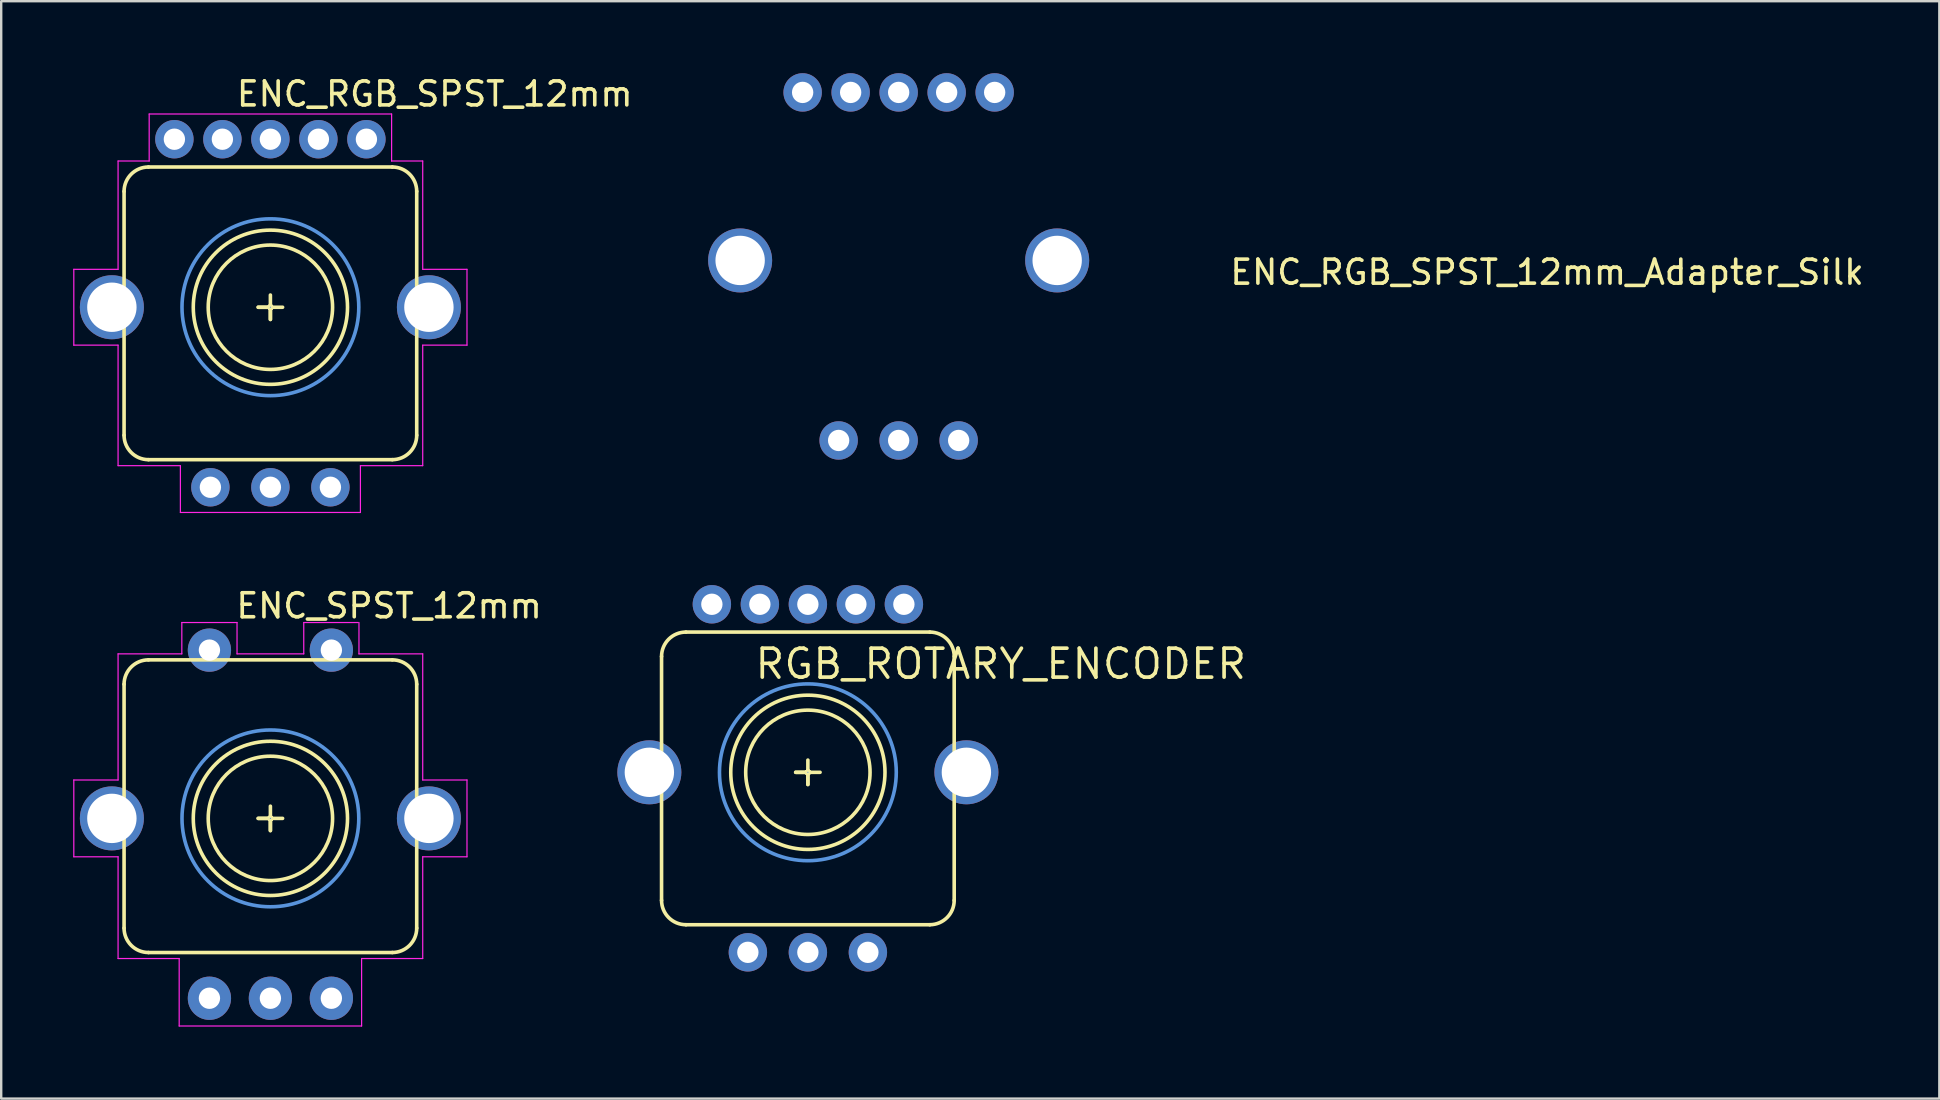
<source format=kicad_pcb>
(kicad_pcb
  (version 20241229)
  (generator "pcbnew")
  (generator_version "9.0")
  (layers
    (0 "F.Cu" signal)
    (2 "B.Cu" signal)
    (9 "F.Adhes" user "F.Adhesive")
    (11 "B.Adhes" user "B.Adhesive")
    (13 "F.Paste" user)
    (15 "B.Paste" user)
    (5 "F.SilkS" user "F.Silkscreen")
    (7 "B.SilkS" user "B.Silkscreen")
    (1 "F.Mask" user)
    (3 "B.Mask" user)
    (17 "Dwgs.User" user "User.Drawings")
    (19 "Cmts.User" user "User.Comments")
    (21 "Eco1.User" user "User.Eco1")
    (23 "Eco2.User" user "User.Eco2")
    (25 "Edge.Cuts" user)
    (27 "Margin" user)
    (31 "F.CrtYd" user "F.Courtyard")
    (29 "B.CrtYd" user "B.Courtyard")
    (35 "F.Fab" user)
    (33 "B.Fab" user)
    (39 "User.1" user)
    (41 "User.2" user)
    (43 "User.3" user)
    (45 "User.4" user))
  (footprint "RGB_ROTARY_ENCODER"
    (layer "F.Cu")
    (at 30.607 29.125)
    (property "Reference" "RGB_ROTARY_ENCODER" (at -2.286 -3.81 0) (layer "F.SilkS") (effects (font (size 1.206 1.206) (thickness 0.152)) (justify left bottom)))
    (attr through_hole)
    (fp_line (start -6.096 5.334) (end -6.096 -4.826) (stroke (width 0.15) (type solid)) (layer "F.SilkS"))
    (fp_line (start -5.08 -5.842) (end 5.08 -5.842) (stroke (width 0.15) (type solid)) (layer "F.SilkS"))
    (fp_line (start -0.508 0) (end 0 0) (stroke (width 0.15) (type solid)) (layer "F.SilkS"))
    (fp_line (start 0 -0.508) (end 0 0.508) (stroke (width 0.15) (type solid)) (layer "F.SilkS"))
    (fp_line (start 0 0) (end -0.508 0) (stroke (width 0.15) (type solid)) (layer "F.SilkS"))
    (fp_line (start 0 0) (end 0 0) (stroke (width 0.127) (type solid)) (layer "F.SilkS"))
    (fp_line (start 0 0) (end 0 0) (stroke (width 0.127) (type solid)) (layer "F.SilkS"))
    (fp_line (start 0 0) (end 0 0) (stroke (width 0.127) (type solid)) (layer "F.SilkS"))
    (fp_line (start 0 0) (end 0 0) (stroke (width 0.127) (type solid)) (layer "F.SilkS"))
    (fp_line (start 0 0) (end 0.508 0) (stroke (width 0.15) (type solid)) (layer "F.SilkS"))
    (fp_line (start 0 0.508) (end 0 0) (stroke (width 0.15) (type solid)) (layer "F.SilkS"))
    (fp_line (start 5.08 6.35) (end -5.08 6.35) (stroke (width 0.15) (type solid)) (layer "F.SilkS"))
    (fp_line (start 6.096 -4.826) (end 6.096 5.334) (stroke (width 0.15) (type solid)) (layer "F.SilkS"))
    (fp_arc (start -6.096 -4.826) (mid -5.79842 -5.54442) (end -5.08 -5.842) (stroke (width 0.15) (type solid)) (layer "F.SilkS"))
    (fp_arc (start -5.08 6.35) (mid -5.79842 6.05242) (end -6.096 5.334) (stroke (width 0.15) (type solid)) (layer "F.SilkS"))
    (fp_arc (start 0 0) (mid 0 0) (end 0 0) (stroke (width 0.127) (type solid)) (layer "F.SilkS"))
    (fp_arc (start 0 0) (mid 0 0) (end 0 0) (stroke (width 0.127) (type solid)) (layer "F.SilkS"))
    (fp_arc (start 0 0) (mid 0 0) (end 0 0) (stroke (width 0.127) (type solid)) (layer "F.SilkS"))
    (fp_arc (start 0 0) (mid 0 0) (end 0 0) (stroke (width 0.127) (type solid)) (layer "F.SilkS"))
    (fp_arc (start 5.08 -5.842) (mid 5.79842 -5.54442) (end 6.096 -4.826) (stroke (width 0.15) (type solid)) (layer "F.SilkS"))
    (fp_arc (start 6.096 5.334) (mid 5.79842 6.05242) (end 5.08 6.35) (stroke (width 0.15) (type solid)) (layer "F.SilkS"))
    (fp_circle (center 0 0) (end 0 0) (stroke (width 0.127) (type solid)) (fill no) (layer "F.SilkS"))
    (fp_circle (center 0 0) (end 0 0) (stroke (width 0.127) (type solid)) (fill no) (layer "F.SilkS"))
    (fp_circle (center 0 0) (end 0.508 2.54) (stroke (width 0.15) (type solid)) (fill no) (layer "F.SilkS"))
    (fp_circle (center 0 0) (end 1.016 3.048) (stroke (width 0.15) (type solid)) (fill no) (layer "F.SilkS"))
    (fp_circle (center 0 0) (end 0 0) (stroke (width 0.025) (type solid)) (fill no) (layer "Cmts.User"))
    (fp_circle (center 0 0) (end 3.683 0) (stroke (width 0.15) (type solid)) (fill no) (layer "Cmts.User"))
    (pad "1" thru_hole circle (at -2.5 7.5 90) (size 1.6 1.6) (drill 0.889) (layers "*.Cu" "*.Mask"))
    (pad "2" thru_hole circle (at 0 7.5 90) (size 1.6 1.6) (drill 0.889) (layers "*.Cu" "*.Mask"))
    (pad "3" thru_hole circle (at 2.5 7.5 90) (size 1.6 1.6) (drill 0.889) (layers "*.Cu" "*.Mask"))
    (pad "4" thru_hole circle (at -4 -7 90) (size 1.6 1.6) (drill 0.889) (layers "*.Cu" "*.Mask"))
    (pad "5" thru_hole circle (at -2 -7 90) (size 1.6 1.6) (drill 0.889) (layers "*.Cu" "*.Mask"))
    (pad "6" thru_hole circle (at 0 -7 90) (size 1.6 1.6) (drill 0.889) (layers "*.Cu" "*.Mask"))
    (pad "7" thru_hole circle (at 2 -7 90) (size 1.6 1.6) (drill 0.889) (layers "*.Cu" "*.Mask"))
    (pad "8" thru_hole circle (at 4 -7 90) (size 1.6 1.6) (drill 0.889) (layers "*.Cu" "*.Mask"))
    (pad "NC" thru_hole circle (at -6.604 0) (size 2.667 2.667) (drill 2.057) (layers "*.Cu" "*.Mask"))
    (pad "NC" thru_hole circle (at 6.604 0) (size 2.667 2.667) (drill 2.057) (layers "*.Cu" "*.Mask")))
  (footprint "ENC_SPST_12mm"
    (layer "F.Cu")
    (at 8.215 31.045)
    (property "Reference" "ENC_SPST_12mm" (at -1.51 -8.27 0) (layer "F.SilkS") (effects (font (size 1 1) (thickness 0.15)) (justify left bottom)))
    (attr through_hole)
    (fp_line (start -6.096 4.572) (end -6.096 -5.588) (stroke (width 0.15) (type solid)) (layer "F.SilkS"))
    (fp_line (start -5.08 -6.604) (end 5.08 -6.604) (stroke (width 0.15) (type solid)) (layer "F.SilkS"))
    (fp_line (start -0.508 0) (end 0 0) (stroke (width 0.15) (type solid)) (layer "F.SilkS"))
    (fp_line (start 0 -0.508) (end 0 0.508) (stroke (width 0.15) (type solid)) (layer "F.SilkS"))
    (fp_line (start 0 0) (end -0.508 0) (stroke (width 0.15) (type solid)) (layer "F.SilkS"))
    (fp_line (start 0 0) (end 0 0) (stroke (width 0.127) (type solid)) (layer "F.SilkS"))
    (fp_line (start 0 0) (end 0 0) (stroke (width 0.127) (type solid)) (layer "F.SilkS"))
    (fp_line (start 0 0) (end 0 0) (stroke (width 0.127) (type solid)) (layer "F.SilkS"))
    (fp_line (start 0 0) (end 0 0) (stroke (width 0.127) (type solid)) (layer "F.SilkS"))
    (fp_line (start 0 0) (end 0.508 0) (stroke (width 0.15) (type solid)) (layer "F.SilkS"))
    (fp_line (start 0 0.508) (end 0 0) (stroke (width 0.15) (type solid)) (layer "F.SilkS"))
    (fp_line (start 5.08 5.588) (end -5.08 5.588) (stroke (width 0.15) (type solid)) (layer "F.SilkS"))
    (fp_line (start 6.096 -5.588) (end 6.096 4.572) (stroke (width 0.15) (type solid)) (layer "F.SilkS"))
    (fp_arc (start -6.096 -5.588) (mid -5.79842 -6.30642) (end -5.08 -6.604) (stroke (width 0.15) (type solid)) (layer "F.SilkS"))
    (fp_arc (start -5.08 5.588) (mid -5.79842 5.29042) (end -6.096 4.572) (stroke (width 0.15) (type solid)) (layer "F.SilkS"))
    (fp_arc (start 0 0) (mid 0 0) (end 0 0) (stroke (width 0.127) (type solid)) (layer "F.SilkS"))
    (fp_arc (start 0 0) (mid 0 0) (end 0 0) (stroke (width 0.127) (type solid)) (layer "F.SilkS"))
    (fp_arc (start 0 0) (mid 0 0) (end 0 0) (stroke (width 0.127) (type solid)) (layer "F.SilkS"))
    (fp_arc (start 0 0) (mid 0 0) (end 0 0) (stroke (width 0.127) (type solid)) (layer "F.SilkS"))
    (fp_arc (start 5.08 -6.604) (mid 5.79842 -6.30642) (end 6.096 -5.588) (stroke (width 0.15) (type solid)) (layer "F.SilkS"))
    (fp_arc (start 6.096 4.572) (mid 5.79842 5.29042) (end 5.08 5.588) (stroke (width 0.15) (type solid)) (layer "F.SilkS"))
    (fp_circle (center 0 0) (end 0 0) (stroke (width 0.127) (type solid)) (fill no) (layer "F.SilkS"))
    (fp_circle (center 0 0) (end 0 0) (stroke (width 0.127) (type solid)) (fill no) (layer "F.SilkS"))
    (fp_circle (center 0 0) (end 0.508 2.54) (stroke (width 0.15) (type solid)) (fill no) (layer "F.SilkS"))
    (fp_circle (center 0 0) (end 1.016 3.048) (stroke (width 0.15) (type solid)) (fill no) (layer "F.SilkS"))
    (fp_circle (center 0 0) (end 0 0) (stroke (width 0.025) (type solid)) (fill no) (layer "Cmts.User"))
    (fp_circle (center 0 0) (end 3.683 0) (stroke (width 0.15) (type solid)) (fill no) (layer "Cmts.User"))
    (fp_line (start -8.19 -1.6) (end -8.19 1.6) (stroke (width 0.05) (type solid)) (layer "F.CrtYd"))
    (fp_line (start -8.19 1.6) (end -6.346 1.6) (stroke (width 0.05) (type solid)) (layer "F.CrtYd"))
    (fp_line (start -6.346 -6.854) (end -6.346 -1.6) (stroke (width 0.05) (type solid)) (layer "F.CrtYd"))
    (fp_line (start -6.346 -1.6) (end -8.19 -1.6) (stroke (width 0.05) (type solid)) (layer "F.CrtYd"))
    (fp_line (start -6.346 1.6) (end -6.346 5.838) (stroke (width 0.05) (type solid)) (layer "F.CrtYd"))
    (fp_line (start -6.346 5.838) (end -3.8 5.838) (stroke (width 0.05) (type solid)) (layer "F.CrtYd"))
    (fp_line (start -3.8 5.838) (end -3.8 8.65) (stroke (width 0.05) (type solid)) (layer "F.CrtYd"))
    (fp_line (start -3.8 8.65) (end 3.8 8.65) (stroke (width 0.05) (type solid)) (layer "F.CrtYd"))
    (fp_line (start -3.69 -8.16) (end -3.69 -6.854) (stroke (width 0.05) (type solid)) (layer "F.CrtYd"))
    (fp_line (start -3.69 -6.854) (end -6.346 -6.854) (stroke (width 0.05) (type solid)) (layer "F.CrtYd"))
    (fp_line (start -1.39 -8.16) (end -3.69 -8.16) (stroke (width 0.05) (type solid)) (layer "F.CrtYd"))
    (fp_line (start -1.39 -6.854) (end -1.39 -8.16) (stroke (width 0.05) (type solid)) (layer "F.CrtYd"))
    (fp_line (start 1.39 -8.16) (end 1.39 -6.854) (stroke (width 0.05) (type solid)) (layer "F.CrtYd"))
    (fp_line (start 1.39 -6.854) (end -1.39 -6.854) (stroke (width 0.05) (type solid)) (layer "F.CrtYd"))
    (fp_line (start 3.66 -8.16) (end 1.39 -8.16) (stroke (width 0.05) (type solid)) (layer "F.CrtYd"))
    (fp_line (start 3.69 -6.854) (end 3.69 -8.16) (stroke (width 0.05) (type solid)) (layer "F.CrtYd"))
    (fp_line (start 3.8 5.838) (end 6.346 5.838) (stroke (width 0.05) (type solid)) (layer "F.CrtYd"))
    (fp_line (start 3.8 8.65) (end 3.8 5.838) (stroke (width 0.05) (type solid)) (layer "F.CrtYd"))
    (fp_line (start 6.346 -6.854) (end 3.69 -6.854) (stroke (width 0.05) (type solid)) (layer "F.CrtYd"))
    (fp_line (start 6.346 -1.6) (end 6.346 -6.854) (stroke (width 0.05) (type solid)) (layer "F.CrtYd"))
    (fp_line (start 6.346 1.6) (end 8.19 1.6) (stroke (width 0.05) (type solid)) (layer "F.CrtYd"))
    (fp_line (start 6.346 5.838) (end 6.346 1.6) (stroke (width 0.05) (type solid)) (layer "F.CrtYd"))
    (fp_line (start 8.19 -1.6) (end 6.346 -1.6) (stroke (width 0.05) (type solid)) (layer "F.CrtYd"))
    (fp_line (start 8.19 1.6) (end 8.19 -1.6) (stroke (width 0.05) (type solid)) (layer "F.CrtYd"))
    (pad "1" thru_hole circle (at -2.54 7.493 90) (size 1.803 1.803) (drill 0.889) (layers "*.Cu" "*.Mask"))
    (pad "2" thru_hole circle (at 0 7.493 90) (size 1.803 1.803) (drill 0.889) (layers "*.Cu" "*.Mask"))
    (pad "3" thru_hole circle (at 2.54 7.493 90) (size 1.803 1.803) (drill 0.889) (layers "*.Cu" "*.Mask"))
    (pad "NC" thru_hole circle (at -6.604 0) (size 2.667 2.667) (drill 2.057) (layers "*.Cu" "*.Mask"))
    (pad "NC" thru_hole circle (at 6.604 0) (size 2.667 2.667) (drill 2.057) (layers "*.Cu" "*.Mask"))
    (pad "SW1" thru_hole circle (at -2.54 -7.01 90) (size 1.803 1.803) (drill 0.889) (layers "*.Cu" "*.Mask"))
    (pad "SW2" thru_hole circle (at 2.54 -7.01 90) (size 1.803 1.803) (drill 0.889) (layers "*.Cu" "*.Mask")))
  (footprint "ENC_RGB_SPST_12mm_Adapter_Silk"
    (layer "F.Cu")
    (at 34.389 7.8)
    (property "Reference" "ENC_RGB_SPST_12mm_Adapter_Silk" (at 13.725 1.075 0) (layer "F.SilkS") (effects (font (size 1 1) (thickness 0.15)) (justify left bottom)))
    (attr through_hole)
    (pad "1" thru_hole circle (at -2.5 7.5 90) (size 1.6 1.6) (drill 0.889) (layers "*.Cu" "*.Mask"))
    (pad "2" thru_hole circle (at 0 7.5 90) (size 1.6 1.6) (drill 0.889) (layers "*.Cu" "*.Mask"))
    (pad "3" thru_hole circle (at 2.5 7.5 90) (size 1.6 1.6) (drill 0.889) (layers "*.Cu" "*.Mask"))
    (pad "4" thru_hole circle (at -4 -7 90) (size 1.6 1.6) (drill 0.889) (layers "*.Cu" "*.Mask"))
    (pad "5" thru_hole circle (at -2 -7 90) (size 1.6 1.6) (drill 0.889) (layers "*.Cu" "*.Mask"))
    (pad "6" thru_hole circle (at 0 -7 90) (size 1.6 1.6) (drill 0.889) (layers "*.Cu" "*.Mask"))
    (pad "7" thru_hole circle (at 2 -7 90) (size 1.6 1.6) (drill 0.889) (layers "*.Cu" "*.Mask"))
    (pad "8" thru_hole circle (at 4 -7 90) (size 1.6 1.6) (drill 0.889) (layers "*.Cu" "*.Mask"))
    (pad "NC" thru_hole circle (at -6.604 0) (size 2.667 2.667) (drill 2.057) (layers "*.Cu" "*.Mask"))
    (pad "NC" thru_hole circle (at 6.604 0) (size 2.667 2.667) (drill 2.057) (layers "*.Cu" "*.Mask")))
  (footprint "ENC_RGB_SPST_12mm"
    (layer "F.Cu")
    (at 8.215 9.75)
    (property "Reference" "ENC_RGB_SPST_12mm" (at -1.49 -8.3 0) (layer "F.SilkS") (effects (font (size 1 1) (thickness 0.15)) (justify left bottom)))
    (attr through_hole)
    (fp_line (start -6.096 5.334) (end -6.096 -4.826) (stroke (width 0.15) (type solid)) (layer "F.SilkS"))
    (fp_line (start -5.08 -5.842) (end 5.08 -5.842) (stroke (width 0.15) (type solid)) (layer "F.SilkS"))
    (fp_line (start -0.508 0) (end 0 0) (stroke (width 0.15) (type solid)) (layer "F.SilkS"))
    (fp_line (start 0 -0.508) (end 0 0.508) (stroke (width 0.15) (type solid)) (layer "F.SilkS"))
    (fp_line (start 0 0) (end -0.508 0) (stroke (width 0.15) (type solid)) (layer "F.SilkS"))
    (fp_line (start 0 0) (end 0 0) (stroke (width 0.127) (type solid)) (layer "F.SilkS"))
    (fp_line (start 0 0) (end 0 0) (stroke (width 0.127) (type solid)) (layer "F.SilkS"))
    (fp_line (start 0 0) (end 0 0) (stroke (width 0.127) (type solid)) (layer "F.SilkS"))
    (fp_line (start 0 0) (end 0 0) (stroke (width 0.127) (type solid)) (layer "F.SilkS"))
    (fp_line (start 0 0) (end 0.508 0) (stroke (width 0.15) (type solid)) (layer "F.SilkS"))
    (fp_line (start 0 0.508) (end 0 0) (stroke (width 0.15) (type solid)) (layer "F.SilkS"))
    (fp_line (start 5.08 6.35) (end -5.08 6.35) (stroke (width 0.15) (type solid)) (layer "F.SilkS"))
    (fp_line (start 6.096 -4.826) (end 6.096 5.334) (stroke (width 0.15) (type solid)) (layer "F.SilkS"))
    (fp_arc (start -6.096 -4.826) (mid -5.79842 -5.54442) (end -5.08 -5.842) (stroke (width 0.15) (type solid)) (layer "F.SilkS"))
    (fp_arc (start -5.08 6.35) (mid -5.79842 6.05242) (end -6.096 5.334) (stroke (width 0.15) (type solid)) (layer "F.SilkS"))
    (fp_arc (start 0 0) (mid 0 0) (end 0 0) (stroke (width 0.127) (type solid)) (layer "F.SilkS"))
    (fp_arc (start 0 0) (mid 0 0) (end 0 0) (stroke (width 0.127) (type solid)) (layer "F.SilkS"))
    (fp_arc (start 0 0) (mid 0 0) (end 0 0) (stroke (width 0.127) (type solid)) (layer "F.SilkS"))
    (fp_arc (start 0 0) (mid 0 0) (end 0 0) (stroke (width 0.127) (type solid)) (layer "F.SilkS"))
    (fp_arc (start 5.08 -5.842) (mid 5.79842 -5.54442) (end 6.096 -4.826) (stroke (width 0.15) (type solid)) (layer "F.SilkS"))
    (fp_arc (start 6.096 5.334) (mid 5.79842 6.05242) (end 5.08 6.35) (stroke (width 0.15) (type solid)) (layer "F.SilkS"))
    (fp_circle (center 0 0) (end 0 0) (stroke (width 0.127) (type solid)) (fill no) (layer "F.SilkS"))
    (fp_circle (center 0 0) (end 0 0) (stroke (width 0.127) (type solid)) (fill no) (layer "F.SilkS"))
    (fp_circle (center 0 0) (end 0.508 2.54) (stroke (width 0.15) (type solid)) (fill no) (layer "F.SilkS"))
    (fp_circle (center 0 0) (end 1.016 3.048) (stroke (width 0.15) (type solid)) (fill no) (layer "F.SilkS"))
    (fp_circle (center 0 0) (end 0 0) (stroke (width 0.025) (type solid)) (fill no) (layer "Cmts.User"))
    (fp_circle (center 0 0) (end 3.683 0) (stroke (width 0.15) (type solid)) (fill no) (layer "Cmts.User"))
    (fp_line (start -8.19 -1.58) (end -6.346 -1.58) (stroke (width 0.05) (type solid)) (layer "F.CrtYd"))
    (fp_line (start -8.19 1.58) (end -8.19 -1.58) (stroke (width 0.05) (type solid)) (layer "F.CrtYd"))
    (fp_line (start -6.346 -6.092) (end -5.05 -6.092) (stroke (width 0.05) (type solid)) (layer "F.CrtYd"))
    (fp_line (start -6.346 -1.58) (end -6.346 -6.092) (stroke (width 0.05) (type solid)) (layer "F.CrtYd"))
    (fp_line (start -6.346 1.58) (end -8.19 1.58) (stroke (width 0.05) (type solid)) (layer "F.CrtYd"))
    (fp_line (start -6.346 6.6) (end -6.346 1.58) (stroke (width 0.05) (type solid)) (layer "F.CrtYd"))
    (fp_line (start -5.05 -8.05) (end 5.05 -8.05) (stroke (width 0.05) (type solid)) (layer "F.CrtYd"))
    (fp_line (start -5.05 -6.092) (end -5.05 -8.05) (stroke (width 0.05) (type solid)) (layer "F.CrtYd"))
    (fp_line (start -3.75 6.6) (end -6.346 6.6) (stroke (width 0.05) (type solid)) (layer "F.CrtYd"))
    (fp_line (start -3.75 8.55) (end -3.75 6.6) (stroke (width 0.05) (type solid)) (layer "F.CrtYd"))
    (fp_line (start 3.75 6.6) (end 3.75 8.55) (stroke (width 0.05) (type solid)) (layer "F.CrtYd"))
    (fp_line (start 3.75 8.55) (end -3.75 8.55) (stroke (width 0.05) (type solid)) (layer "F.CrtYd"))
    (fp_line (start 5.05 -8.05) (end 5.05 -6.092) (stroke (width 0.05) (type solid)) (layer "F.CrtYd"))
    (fp_line (start 5.05 -6.092) (end 6.346 -6.092) (stroke (width 0.05) (type solid)) (layer "F.CrtYd"))
    (fp_line (start 6.346 -6.092) (end 6.346 -1.58) (stroke (width 0.05) (type solid)) (layer "F.CrtYd"))
    (fp_line (start 6.346 -1.58) (end 8.19 -1.58) (stroke (width 0.05) (type solid)) (layer "F.CrtYd"))
    (fp_line (start 6.346 1.58) (end 6.346 6.6) (stroke (width 0.05) (type solid)) (layer "F.CrtYd"))
    (fp_line (start 6.346 6.6) (end 3.75 6.6) (stroke (width 0.05) (type solid)) (layer "F.CrtYd"))
    (fp_line (start 8.19 -1.58) (end 8.19 1.58) (stroke (width 0.05) (type solid)) (layer "F.CrtYd"))
    (fp_line (start 8.19 1.58) (end 6.346 1.58) (stroke (width 0.05) (type solid)) (layer "F.CrtYd"))
    (pad "1" thru_hole circle (at -2.5 7.5 90) (size 1.6 1.6) (drill 0.889) (layers "*.Cu" "*.Mask"))
    (pad "2" thru_hole circle (at 0 7.5 90) (size 1.6 1.6) (drill 0.889) (layers "*.Cu" "*.Mask"))
    (pad "3" thru_hole circle (at 2.5 7.5 90) (size 1.6 1.6) (drill 0.889) (layers "*.Cu" "*.Mask"))
    (pad "4" thru_hole circle (at -4 -7 90) (size 1.6 1.6) (drill 0.889) (layers "*.Cu" "*.Mask"))
    (pad "5" thru_hole circle (at -2 -7 90) (size 1.6 1.6) (drill 0.889) (layers "*.Cu" "*.Mask"))
    (pad "6" thru_hole circle (at 0 -7 90) (size 1.6 1.6) (drill 0.889) (layers "*.Cu" "*.Mask"))
    (pad "7" thru_hole circle (at 2 -7 90) (size 1.6 1.6) (drill 0.889) (layers "*.Cu" "*.Mask"))
    (pad "8" thru_hole circle (at 4 -7 90) (size 1.6 1.6) (drill 0.889) (layers "*.Cu" "*.Mask"))
    (pad "NC" thru_hole circle (at -6.604 0) (size 2.667 2.667) (drill 2.057) (layers "*.Cu" "*.Mask"))
    (pad "NC" thru_hole circle (at 6.604 0) (size 2.667 2.667) (drill 2.057) (layers "*.Cu" "*.Mask")))
  (gr_rect
    (start -3 -3)
    (end 77.745 42.72)
    (stroke (width 0.1) (type default))
    (fill no)
    (layer "Edge.Cuts")))
</source>
